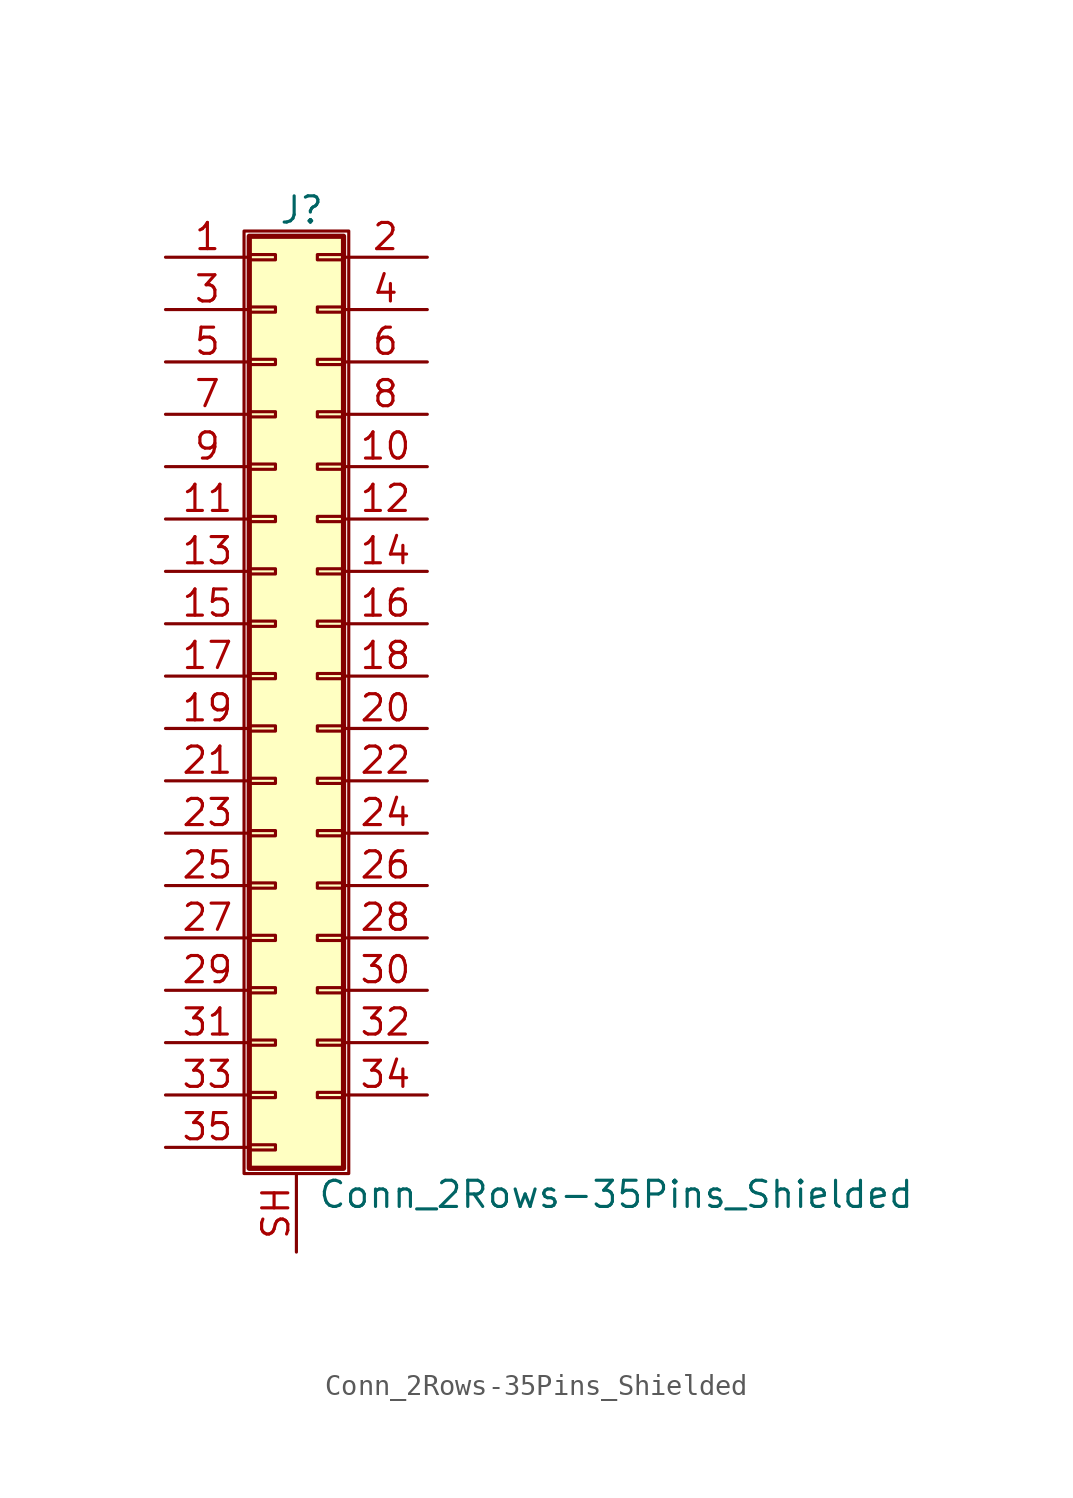
<source format=kicad_sym>
(kicad_symbol_lib
  (version 20211014)
  (generator kicad_symbol_editor)
  (symbol "Conn_2Rows-35Pins_Shielded"
    (pin_names
      (offset 1.016) hide)
    (property "Reference" "J"
      (at 1.524 22.606 0)
      (effects (font (size 1.27 1.27))))
    (property "Value" "Conn_2Rows-35Pins_Shielded"
      (at 2.286 -25.146 0)
      (effects (font (size 1.27 1.27)) (justify left)))
    (symbol "Conn_2Rows-35Pins_Shielded_1_1"
      (rectangle (start -1.27 21.59) (end 3.81 -24.13) (stroke (width 0.152) (type default) (color 0 0 0 0)) (fill (type none)))
      (rectangle (start -1.016 -22.733) (end 0.254 -22.987) (stroke (width 0.152) (type default) (color 0 0 0 0)) (fill (type none)))
      (rectangle (start -1.016 -20.193) (end 0.254 -20.447) (stroke (width 0.152) (type default) (color 0 0 0 0)) (fill (type none)))
      (rectangle (start -1.016 -17.653) (end 0.254 -17.907) (stroke (width 0.152) (type default) (color 0 0 0 0)) (fill (type none)))
      (rectangle (start -1.016 -15.113) (end 0.254 -15.367) (stroke (width 0.152) (type default) (color 0 0 0 0)) (fill (type none)))
      (rectangle (start -1.016 -12.573) (end 0.254 -12.827) (stroke (width 0.152) (type default) (color 0 0 0 0)) (fill (type none)))
      (rectangle (start -1.016 -10.033) (end 0.254 -10.287) (stroke (width 0.152) (type default) (color 0 0 0 0)) (fill (type none)))
      (rectangle (start -1.016 -7.493) (end 0.254 -7.747) (stroke (width 0.152) (type default) (color 0 0 0 0)) (fill (type none)))
      (rectangle (start -1.016 -4.953) (end 0.254 -5.207) (stroke (width 0.152) (type default) (color 0 0 0 0)) (fill (type none)))
      (rectangle (start -1.016 -2.413) (end 0.254 -2.667) (stroke (width 0.152) (type default) (color 0 0 0 0)) (fill (type none)))
      (rectangle (start -1.016 0.127) (end 0.254 -0.127) (stroke (width 0.152) (type default) (color 0 0 0 0)) (fill (type none)))
      (rectangle (start -1.016 2.667) (end 0.254 2.413) (stroke (width 0.152) (type default) (color 0 0 0 0)) (fill (type none)))
      (rectangle (start -1.016 5.207) (end 0.254 4.953) (stroke (width 0.152) (type default) (color 0 0 0 0)) (fill (type none)))
      (rectangle (start -1.016 7.747) (end 0.254 7.493) (stroke (width 0.152) (type default) (color 0 0 0 0)) (fill (type none)))
      (rectangle (start -1.016 10.287) (end 0.254 10.033) (stroke (width 0.152) (type default) (color 0 0 0 0)) (fill (type none)))
      (rectangle (start -1.016 12.827) (end 0.254 12.573) (stroke (width 0.152) (type default) (color 0 0 0 0)) (fill (type none)))
      (rectangle (start -1.016 15.367) (end 0.254 15.113) (stroke (width 0.152) (type default) (color 0 0 0 0)) (fill (type none)))
      (rectangle (start -1.016 17.907) (end 0.254 17.653) (stroke (width 0.152) (type default) (color 0 0 0 0)) (fill (type none)))
      (rectangle (start -1.016 20.447) (end 0.254 20.193) (stroke (width 0.152) (type default) (color 0 0 0 0)) (fill (type none)))
      (rectangle (start -1.016 21.336) (end 3.556 -23.876) (stroke (width 0.254) (type default) (color 0 0 0 0)) (fill (type background)))
      (rectangle (start 3.556 -20.193) (end 2.286 -20.447) (stroke (width 0.152) (type default) (color 0 0 0 0)) (fill (type none)))
      (rectangle (start 3.556 -17.653) (end 2.286 -17.907) (stroke (width 0.152) (type default) (color 0 0 0 0)) (fill (type none)))
      (rectangle (start 3.556 -15.113) (end 2.286 -15.367) (stroke (width 0.152) (type default) (color 0 0 0 0)) (fill (type none)))
      (rectangle (start 3.556 -12.573) (end 2.286 -12.827) (stroke (width 0.152) (type default) (color 0 0 0 0)) (fill (type none)))
      (rectangle (start 3.556 -10.033) (end 2.286 -10.287) (stroke (width 0.152) (type default) (color 0 0 0 0)) (fill (type none)))
      (rectangle (start 3.556 -7.493) (end 2.286 -7.747) (stroke (width 0.152) (type default) (color 0 0 0 0)) (fill (type none)))
      (rectangle (start 3.556 -4.953) (end 2.286 -5.207) (stroke (width 0.152) (type default) (color 0 0 0 0)) (fill (type none)))
      (rectangle (start 3.556 -2.413) (end 2.286 -2.667) (stroke (width 0.152) (type default) (color 0 0 0 0)) (fill (type none)))
      (rectangle (start 3.556 0.127) (end 2.286 -0.127) (stroke (width 0.152) (type default) (color 0 0 0 0)) (fill (type none)))
      (rectangle (start 3.556 2.667) (end 2.286 2.413) (stroke (width 0.152) (type default) (color 0 0 0 0)) (fill (type none)))
      (rectangle (start 3.556 5.207) (end 2.286 4.953) (stroke (width 0.152) (type default) (color 0 0 0 0)) (fill (type none)))
      (rectangle (start 3.556 7.747) (end 2.286 7.493) (stroke (width 0.152) (type default) (color 0 0 0 0)) (fill (type none)))
      (rectangle (start 3.556 10.287) (end 2.286 10.033) (stroke (width 0.152) (type default) (color 0 0 0 0)) (fill (type none)))
      (rectangle (start 3.556 12.827) (end 2.286 12.573) (stroke (width 0.152) (type default) (color 0 0 0 0)) (fill (type none)))
      (rectangle (start 3.556 15.367) (end 2.286 15.113) (stroke (width 0.152) (type default) (color 0 0 0 0)) (fill (type none)))
      (rectangle (start 3.556 17.907) (end 2.286 17.653) (stroke (width 0.152) (type default) (color 0 0 0 0)) (fill (type none)))
      (rectangle (start 3.556 20.447) (end 2.286 20.193) (stroke (width 0.152) (type default) (color 0 0 0 0)) (fill (type none)))
      (pin passive line (at -5.08 20.32 0) (length 4.064) (name "Pin_1" (effects (font (size 1.27 1.27)))) (number "1" (effects (font (size 1.27 1.27)))))
      (pin passive line (at 7.62 10.16 180) (length 4.064) (name "Pin_10" (effects (font (size 1.27 1.27)))) (number "10" (effects (font (size 1.27 1.27)))))
      (pin passive line (at -5.08 7.62 0) (length 4.064) (name "Pin_11" (effects (font (size 1.27 1.27)))) (number "11" (effects (font (size 1.27 1.27)))))
      (pin passive line (at 7.62 7.62 180) (length 4.064) (name "Pin_12" (effects (font (size 1.27 1.27)))) (number "12" (effects (font (size 1.27 1.27)))))
      (pin passive line (at -5.08 5.08 0) (length 4.064) (name "Pin_13" (effects (font (size 1.27 1.27)))) (number "13" (effects (font (size 1.27 1.27)))))
      (pin passive line (at 7.62 5.08 180) (length 4.064) (name "Pin_14" (effects (font (size 1.27 1.27)))) (number "14" (effects (font (size 1.27 1.27)))))
      (pin passive line (at -5.08 2.54 0) (length 4.064) (name "Pin_15" (effects (font (size 1.27 1.27)))) (number "15" (effects (font (size 1.27 1.27)))))
      (pin passive line (at 7.62 2.54 180) (length 4.064) (name "Pin_16" (effects (font (size 1.27 1.27)))) (number "16" (effects (font (size 1.27 1.27)))))
      (pin passive line (at -5.08 0 0) (length 4.064) (name "Pin_17" (effects (font (size 1.27 1.27)))) (number "17" (effects (font (size 1.27 1.27)))))
      (pin passive line (at 7.62 0 180) (length 4.064) (name "Pin_18" (effects (font (size 1.27 1.27)))) (number "18" (effects (font (size 1.27 1.27)))))
      (pin passive line (at -5.08 -2.54 0) (length 4.064) (name "Pin_19" (effects (font (size 1.27 1.27)))) (number "19" (effects (font (size 1.27 1.27)))))
      (pin passive line (at 7.62 20.32 180) (length 4.064) (name "Pin_2" (effects (font (size 1.27 1.27)))) (number "2" (effects (font (size 1.27 1.27)))))
      (pin passive line (at 7.62 -2.54 180) (length 4.064) (name "Pin_20" (effects (font (size 1.27 1.27)))) (number "20" (effects (font (size 1.27 1.27)))))
      (pin passive line (at -5.08 -5.08 0) (length 4.064) (name "Pin_21" (effects (font (size 1.27 1.27)))) (number "21" (effects (font (size 1.27 1.27)))))
      (pin passive line (at 7.62 -5.08 180) (length 4.064) (name "Pin_22" (effects (font (size 1.27 1.27)))) (number "22" (effects (font (size 1.27 1.27)))))
      (pin passive line (at -5.08 -7.62 0) (length 4.064) (name "Pin_23" (effects (font (size 1.27 1.27)))) (number "23" (effects (font (size 1.27 1.27)))))
      (pin passive line (at 7.62 -7.62 180) (length 4.064) (name "Pin_24" (effects (font (size 1.27 1.27)))) (number "24" (effects (font (size 1.27 1.27)))))
      (pin passive line (at -5.08 -10.16 0) (length 4.064) (name "Pin_25" (effects (font (size 1.27 1.27)))) (number "25" (effects (font (size 1.27 1.27)))))
      (pin passive line (at 7.62 -10.16 180) (length 4.064) (name "Pin_26" (effects (font (size 1.27 1.27)))) (number "26" (effects (font (size 1.27 1.27)))))
      (pin passive line (at -5.08 -12.7 0) (length 4.064) (name "Pin_27" (effects (font (size 1.27 1.27)))) (number "27" (effects (font (size 1.27 1.27)))))
      (pin passive line (at 7.62 -12.7 180) (length 4.064) (name "Pin_28" (effects (font (size 1.27 1.27)))) (number "28" (effects (font (size 1.27 1.27)))))
      (pin passive line (at -5.08 -15.24 0) (length 4.064) (name "Pin_29" (effects (font (size 1.27 1.27)))) (number "29" (effects (font (size 1.27 1.27)))))
      (pin passive line (at -5.08 17.78 0) (length 4.064) (name "Pin_3" (effects (font (size 1.27 1.27)))) (number "3" (effects (font (size 1.27 1.27)))))
      (pin passive line (at 7.62 -15.24 180) (length 4.064) (name "Pin_30" (effects (font (size 1.27 1.27)))) (number "30" (effects (font (size 1.27 1.27)))))
      (pin passive line (at -5.08 -17.78 0) (length 4.064) (name "Pin_31" (effects (font (size 1.27 1.27)))) (number "31" (effects (font (size 1.27 1.27)))))
      (pin passive line (at 7.62 -17.78 180) (length 4.064) (name "Pin_32" (effects (font (size 1.27 1.27)))) (number "32" (effects (font (size 1.27 1.27)))))
      (pin passive line (at -5.08 -20.32 0) (length 4.064) (name "Pin_33" (effects (font (size 1.27 1.27)))) (number "33" (effects (font (size 1.27 1.27)))))
      (pin passive line (at 7.62 -20.32 180) (length 4.064) (name "Pin_34" (effects (font (size 1.27 1.27)))) (number "34" (effects (font (size 1.27 1.27)))))
      (pin passive line (at -5.08 -22.86 0) (length 4.064) (name "Pin_35" (effects (font (size 1.27 1.27)))) (number "35" (effects (font (size 1.27 1.27)))))
      (pin passive line (at 7.62 17.78 180) (length 4.064) (name "Pin_4" (effects (font (size 1.27 1.27)))) (number "4" (effects (font (size 1.27 1.27)))))
      (pin passive line (at -5.08 15.24 0) (length 4.064) (name "Pin_5" (effects (font (size 1.27 1.27)))) (number "5" (effects (font (size 1.27 1.27)))))
      (pin passive line (at 7.62 15.24 180) (length 4.064) (name "Pin_6" (effects (font (size 1.27 1.27)))) (number "6" (effects (font (size 1.27 1.27)))))
      (pin passive line (at -5.08 12.7 0) (length 4.064) (name "Pin_7" (effects (font (size 1.27 1.27)))) (number "7" (effects (font (size 1.27 1.27)))))
      (pin passive line (at 7.62 12.7 180) (length 4.064) (name "Pin_8" (effects (font (size 1.27 1.27)))) (number "8" (effects (font (size 1.27 1.27)))))
      (pin passive line (at -5.08 10.16 0) (length 4.064) (name "Pin_9" (effects (font (size 1.27 1.27)))) (number "9" (effects (font (size 1.27 1.27)))))
      (pin passive line (at 1.27 -27.94 90) (length 3.81) (name "Shield" (effects (font (size 1.27 1.27)))) (number "SH" (effects (font (size 1.27 1.27))))))))
</source>
